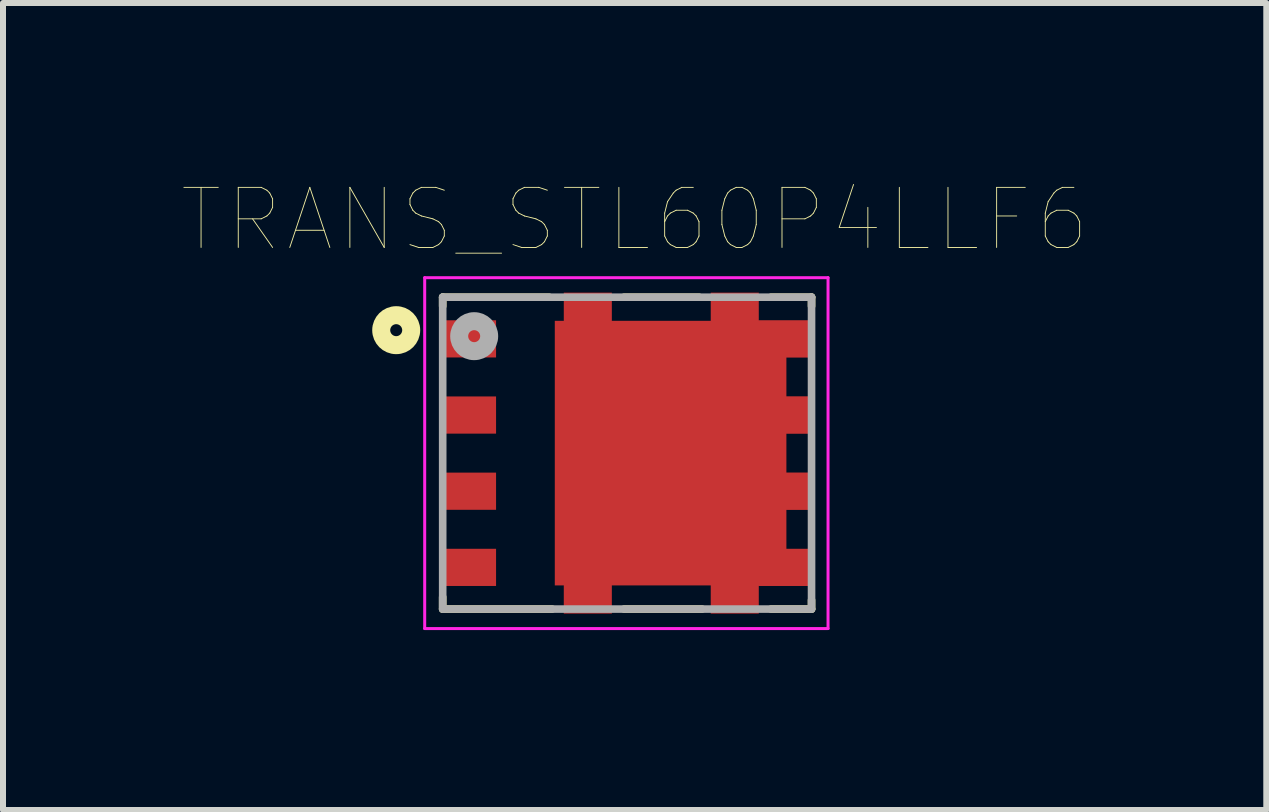
<source format=kicad_pcb>
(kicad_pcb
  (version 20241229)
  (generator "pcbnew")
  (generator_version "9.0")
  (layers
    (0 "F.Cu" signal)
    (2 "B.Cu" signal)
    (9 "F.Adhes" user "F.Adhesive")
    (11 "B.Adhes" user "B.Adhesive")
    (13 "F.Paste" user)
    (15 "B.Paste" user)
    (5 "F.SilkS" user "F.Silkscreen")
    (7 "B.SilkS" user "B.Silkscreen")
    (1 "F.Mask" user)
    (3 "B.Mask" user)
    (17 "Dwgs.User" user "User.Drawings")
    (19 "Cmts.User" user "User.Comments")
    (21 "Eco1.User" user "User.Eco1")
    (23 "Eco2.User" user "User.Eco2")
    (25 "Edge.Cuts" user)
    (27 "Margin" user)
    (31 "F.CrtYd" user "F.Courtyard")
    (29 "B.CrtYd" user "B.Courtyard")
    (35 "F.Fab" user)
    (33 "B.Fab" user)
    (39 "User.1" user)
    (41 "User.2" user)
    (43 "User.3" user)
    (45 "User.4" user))
  (footprint "TRANS_STL60P4LLF6"
    (layer "F.Cu")
    (at 7.406 4.505)
    (property "Reference" "TRANS_STL60P4LLF6" (at 0.125 -3.892 0) (layer "F.SilkS") (effects (font (size 1.002 1.002) (thickness 0.015))))
    (attr through_hole)
    (fp_poly (pts (xy 3.12 -2.205) (xy 3.12 -1.6) (xy 2.655 -1.6) (xy 2.655 -0.94) (xy 3.12 -0.94) (xy 3.12 -0.33) (xy 2.655 -0.33) (xy 2.655 0.33) (xy 3.12 0.33) (xy 3.12 0.94) (xy 2.655 0.94) (xy 2.655 1.6) (xy 3.12 1.6) (xy 3.12 2.205) (xy 2.195 2.205) (xy 2.195 2.675) (xy 1.395 2.675) (xy 1.395 2.205) (xy -0.255 2.205) (xy -0.255 2.675) (xy -1.055 2.675) (xy -1.055 2.205) (xy -1.205 2.205) (xy -1.205 -2.205) (xy -1.055 -2.205) (xy -1.055 -2.675) (xy -0.255 -2.675) (xy -0.255 -2.205) (xy 1.395 -2.205) (xy 1.395 -2.675) (xy 2.195 -2.675) (xy 2.195 -2.205)) (stroke (width 0.001) (type solid)) (fill yes) (layer "F.Cu"))
    (fp_poly (pts (xy -1.302 -2.3) (xy 2.75 -2.3) (xy 2.75 2.303) (xy -1.302 2.303)) (stroke (width 0.01) (type solid)) (fill yes) (layer "F.Mask"))
    (fp_poly (pts (xy -1.101 -2.75) (xy -0.2 -2.75) (xy -0.2 -2.253) (xy -1.101 -2.253)) (stroke (width 0.01) (type solid)) (fill yes) (layer "F.Mask"))
    (fp_poly (pts (xy -1.101 2.25) (xy -0.2 2.25) (xy -0.2 2.752) (xy -1.101 2.752)) (stroke (width 0.01) (type solid)) (fill yes) (layer "F.Mask"))
    (fp_poly (pts (xy 1.35 -2.75) (xy 2.25 -2.75) (xy 2.25 -2.251) (xy 1.35 -2.251)) (stroke (width 0.01) (type solid)) (fill yes) (layer "F.Mask"))
    (fp_poly (pts (xy 1.351 2.25) (xy 2.25 2.25) (xy 2.25 2.752) (xy 1.351 2.752)) (stroke (width 0.01) (type solid)) (fill yes) (layer "F.Mask"))
    (fp_line (start -3.075 -2.6) (end -3.075 -2.45) (stroke (width 0.127) (type solid)) (layer "F.SilkS"))
    (fp_line (start -3.075 -2.6) (end -1.3 -2.6) (stroke (width 0.127) (type solid)) (layer "F.SilkS"))
    (fp_line (start -3.075 2.4) (end -3.075 2.6) (stroke (width 0.127) (type solid)) (layer "F.SilkS"))
    (fp_line (start -3.075 2.6) (end -1.25 2.6) (stroke (width 0.127) (type solid)) (layer "F.SilkS"))
    (fp_line (start -0.05 -2.6) (end 1.2 -2.6) (stroke (width 0.127) (type solid)) (layer "F.SilkS"))
    (fp_line (start 1.25 2.6) (end -0.05 2.6) (stroke (width 0.127) (type solid)) (layer "F.SilkS"))
    (fp_line (start 2.4 -2.6) (end 3.075 -2.6) (stroke (width 0.127) (type solid)) (layer "F.SilkS"))
    (fp_line (start 3.075 -2.6) (end 3.075 -2.45) (stroke (width 0.127) (type solid)) (layer "F.SilkS"))
    (fp_line (start 3.075 2.45) (end 3.075 2.6) (stroke (width 0.127) (type solid)) (layer "F.SilkS"))
    (fp_line (start 3.075 2.6) (end 2.4 2.6) (stroke (width 0.127) (type solid)) (layer "F.SilkS"))
    (fp_circle (center -3.85 -2.05) (end -3.75 -2.05) (stroke (width 0.3) (type solid)) (fill no) (layer "F.SilkS"))
    (fp_poly (pts (xy -0.701 -1.55) (xy 1.7 -1.55) (xy 1.7 1.552) (xy -0.701 1.552)) (stroke (width 0.01) (type solid)) (fill yes) (layer "F.Paste"))
    (fp_line (start -3.375 -2.925) (end 3.35 -2.925) (stroke (width 0.05) (type solid)) (layer "F.CrtYd"))
    (fp_line (start -3.375 2.925) (end -3.375 -2.925) (stroke (width 0.05) (type solid)) (layer "F.CrtYd"))
    (fp_line (start 3.35 -2.925) (end 3.35 2.925) (stroke (width 0.05) (type solid)) (layer "F.CrtYd"))
    (fp_line (start 3.35 2.925) (end -3.375 2.925) (stroke (width 0.05) (type solid)) (layer "F.CrtYd"))
    (fp_line (start -3.075 -2.6) (end 3.075 -2.6) (stroke (width 0.127) (type solid)) (layer "F.Fab"))
    (fp_line (start -3.075 2.6) (end -3.075 -2.6) (stroke (width 0.127) (type solid)) (layer "F.Fab"))
    (fp_line (start 3.075 -2.6) (end 3.075 2.6) (stroke (width 0.127) (type solid)) (layer "F.Fab"))
    (fp_line (start 3.075 2.6) (end -3.075 2.6) (stroke (width 0.127) (type solid)) (layer "F.Fab"))
    (fp_circle (center -2.55 -1.95) (end -2.45 -1.95) (stroke (width 0.3) (type solid)) (fill no) (layer "F.Fab"))
    (pad "1" smd rect (at -2.655 -1.905) (size 0.94 0.62) (layers "F.Cu" "F.Mask" "F.Paste"))
    (pad "2" smd rect (at -2.655 -0.635) (size 0.94 0.62) (layers "F.Cu" "F.Mask" "F.Paste"))
    (pad "3" smd rect (at -2.655 0.635) (size 0.94 0.62) (layers "F.Cu" "F.Mask" "F.Paste"))
    (pad "4" smd rect (at -2.655 1.905) (size 0.94 0.62) (layers "F.Cu" "F.Mask" "F.Paste"))
    (pad "5" smd rect (at 2.655 1.905) (size 0.94 0.62) (layers "F.Cu" "F.Mask" "F.Paste"))
    (pad "6" smd rect (at 2.655 0.635) (size 0.94 0.62) (layers "F.Cu" "F.Mask" "F.Paste"))
    (pad "7" smd rect (at 2.655 -0.635) (size 0.94 0.62) (layers "F.Cu" "F.Mask" "F.Paste"))
    (pad "8" smd rect (at 2.655 -1.905) (size 0.94 0.62) (layers "F.Cu" "F.Mask" "F.Paste")))
  (gr_rect
    (start -3 -3)
    (end 18.063 10.455)
    (stroke (width 0.1) (type default))
    (fill no)
    (layer "Edge.Cuts")))
</source>
